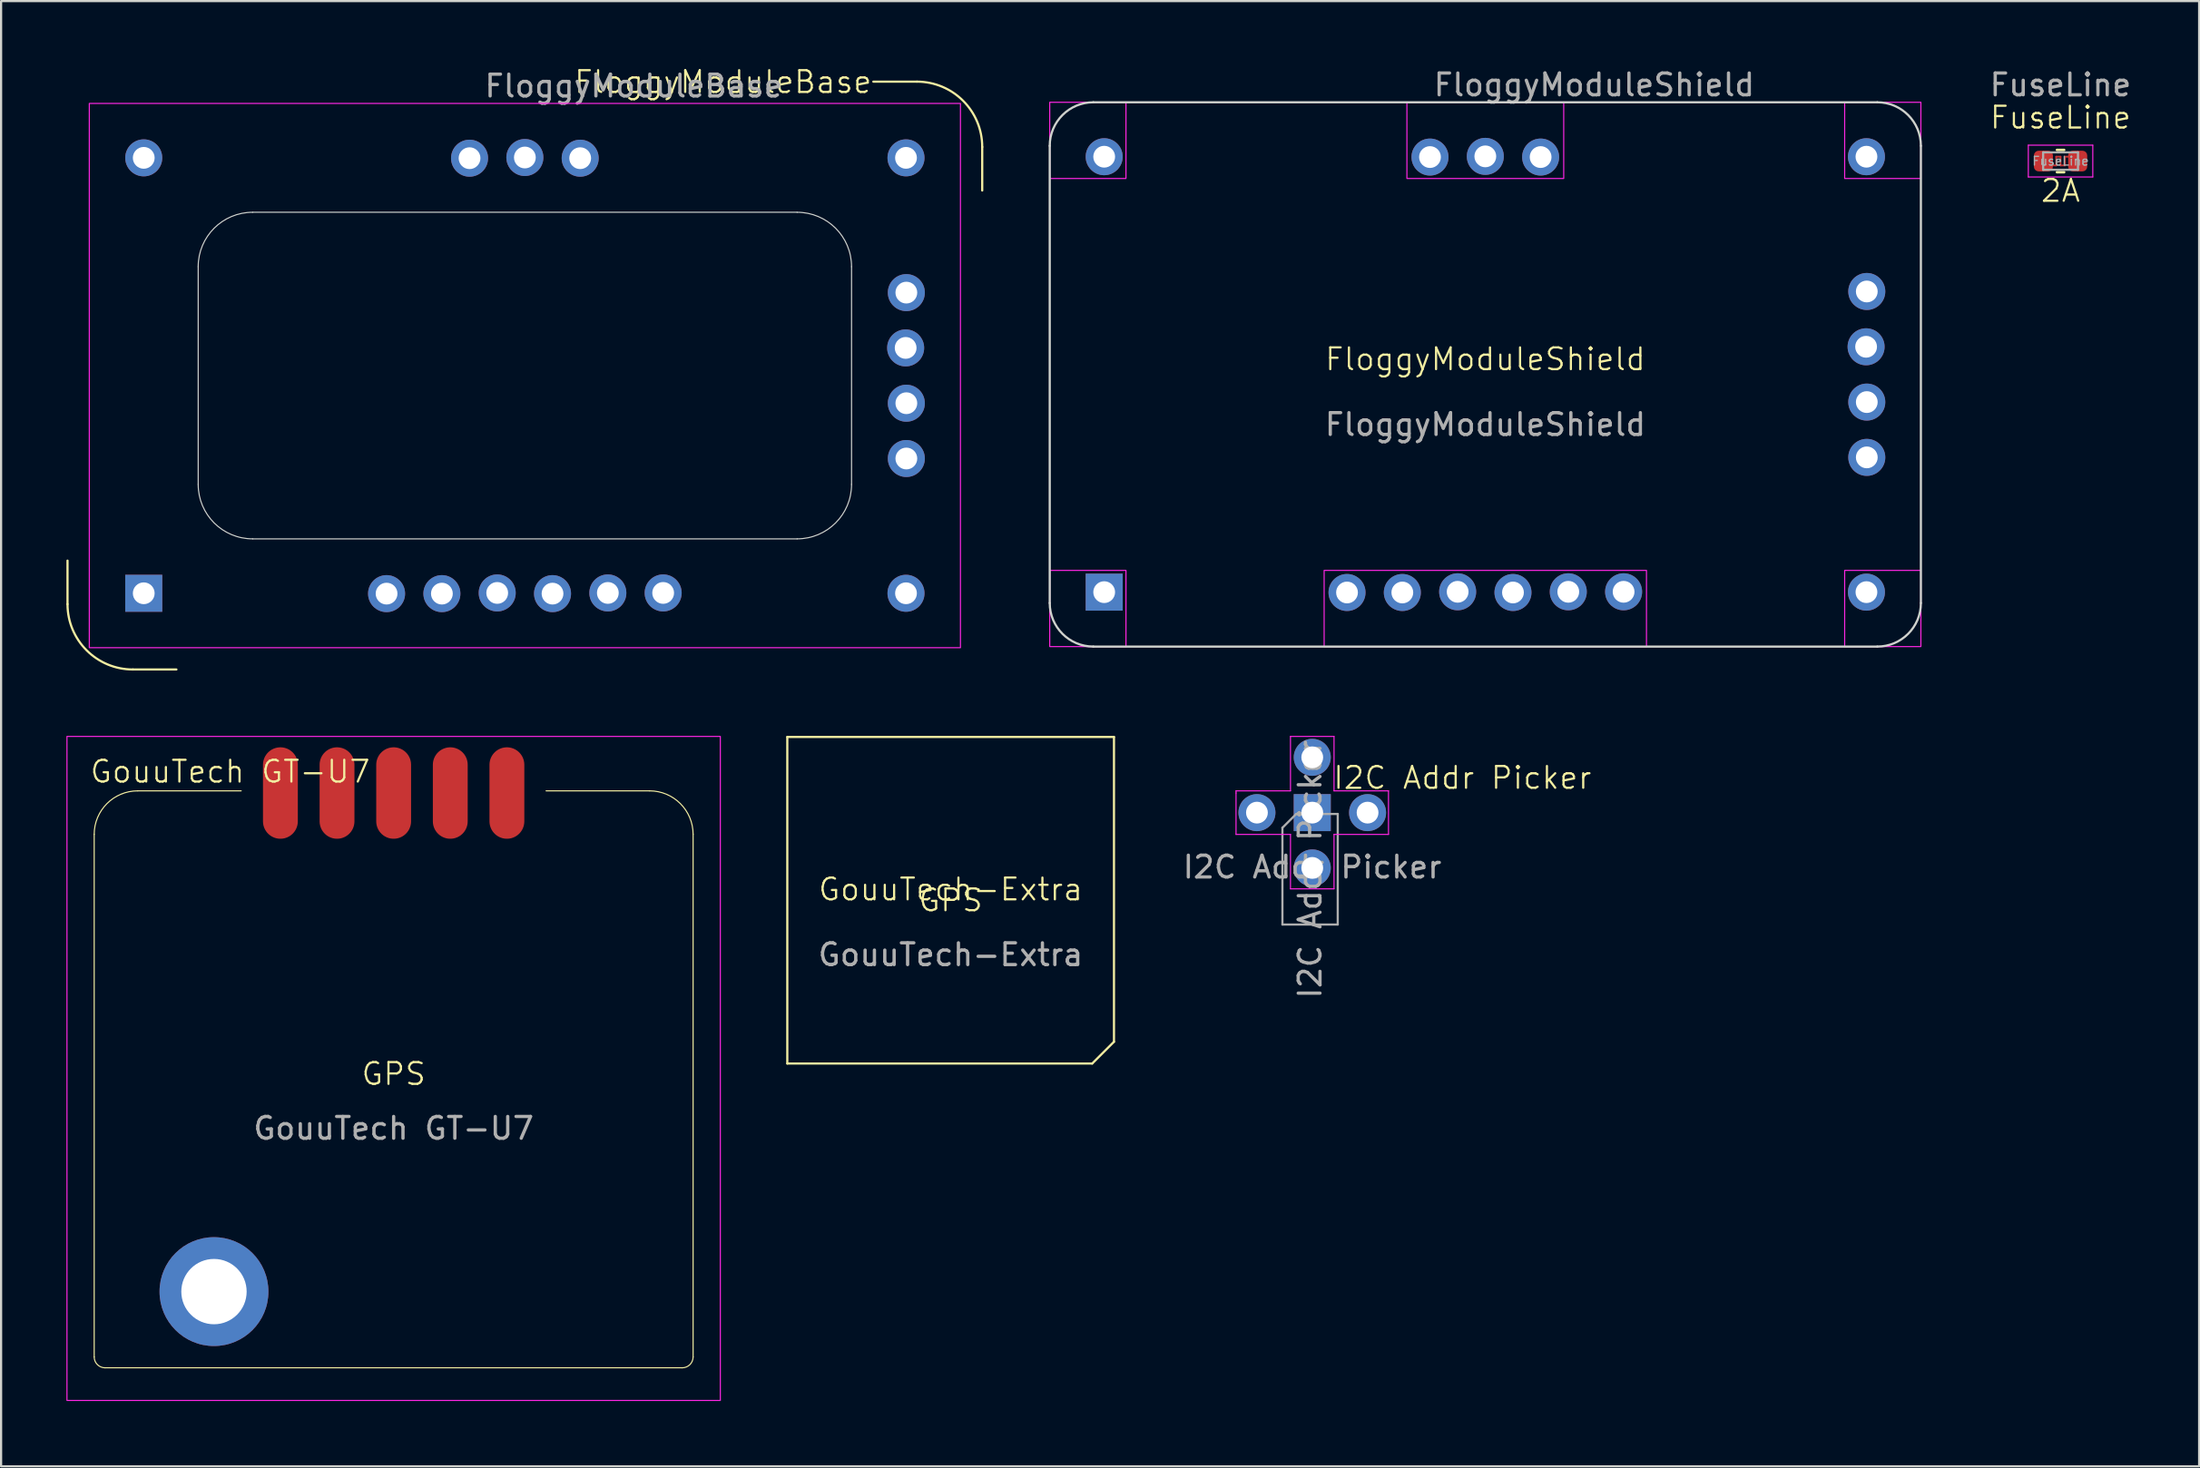
<source format=kicad_pcb>
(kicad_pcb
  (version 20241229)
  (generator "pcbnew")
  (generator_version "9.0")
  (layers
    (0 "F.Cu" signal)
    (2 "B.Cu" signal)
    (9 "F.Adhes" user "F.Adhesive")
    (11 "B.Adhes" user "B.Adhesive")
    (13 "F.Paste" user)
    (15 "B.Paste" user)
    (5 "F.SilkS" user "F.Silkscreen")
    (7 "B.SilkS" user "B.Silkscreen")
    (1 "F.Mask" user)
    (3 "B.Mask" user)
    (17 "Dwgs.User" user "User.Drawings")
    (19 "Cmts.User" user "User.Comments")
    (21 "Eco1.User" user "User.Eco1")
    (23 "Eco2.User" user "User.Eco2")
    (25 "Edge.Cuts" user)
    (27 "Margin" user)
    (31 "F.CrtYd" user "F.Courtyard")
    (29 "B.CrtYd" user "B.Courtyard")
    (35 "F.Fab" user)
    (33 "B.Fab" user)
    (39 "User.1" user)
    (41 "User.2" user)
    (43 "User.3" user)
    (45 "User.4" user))
  (footprint "FloggyModuleBase"
    (layer "F.Cu")
    (at 1.05 26.7)
    (property "Reference" "FloggyModuleBase" (at 36 -25.4 0) (unlocked yes) (layer "F.SilkS") (effects (font (size 1 1) (thickness 0.1)) (justify right bottom)))
    (attr smd)
    (fp_line (start -1 -2) (end -1 -4) (stroke (width 0.1) (type default)) (layer "F.SilkS"))
    (fp_line (start 2 1) (end 4 1) (stroke (width 0.1) (type default)) (layer "F.SilkS"))
    (fp_line (start 38 -26) (end 36 -26) (stroke (width 0.1) (type default)) (layer "F.SilkS"))
    (fp_line (start 41 -23) (end 41 -21) (stroke (width 0.1) (type default)) (layer "F.SilkS"))
    (fp_arc (start 2 1) (mid -0.12132 0.12132) (end -1 -2) (stroke (width 0.1) (type default)) (layer "F.SilkS"))
    (fp_arc (start 38 -26) (mid 40.12132 -25.12132) (end 41 -23) (stroke (width 0.1) (type default)) (layer "F.SilkS"))
    (fp_line (start 5 -7.5) (end 5 -17.5) (stroke (width 0.05) (type default)) (layer "Edge.Cuts"))
    (fp_line (start 7.5 -20) (end 32.5 -20) (stroke (width 0.05) (type default)) (layer "Edge.Cuts"))
    (fp_line (start 32.5 -5) (end 7.5 -5) (stroke (width 0.05) (type default)) (layer "Edge.Cuts"))
    (fp_line (start 35 -7.5) (end 35 -17.5) (stroke (width 0.05) (type default)) (layer "Edge.Cuts"))
    (fp_arc (start 5 -17.5) (mid 5.732233 -19.267767) (end 7.5 -20) (stroke (width 0.05) (type default)) (layer "Edge.Cuts"))
    (fp_arc (start 7.5 -5) (mid 5.732233 -5.732233) (end 5 -7.5) (stroke (width 0.05) (type default)) (layer "Edge.Cuts"))
    (fp_arc (start 32.5 -20) (mid 34.267767 -19.267767) (end 35 -17.5) (stroke (width 0.05) (type default)) (layer "Edge.Cuts"))
    (fp_arc (start 35 -7.5) (mid 34.267767 -5.732233) (end 32.5 -5) (stroke (width 0.05) (type default)) (layer "Edge.Cuts"))
    (fp_rect (start 0 -25) (end 40 0) (stroke (width 0.05) (type default)) (fill no) (layer "F.CrtYd"))
    (fp_line (start 0 -2) (end 0 -23) (stroke (width 0.1) (type default)) (layer "User.2"))
    (fp_line (start 2 -25) (end 38 -25) (stroke (width 0.1) (type default)) (layer "User.2"))
    (fp_line (start 2 0) (end 38 0) (stroke (width 0.1) (type default)) (layer "User.2"))
    (fp_line (start 40 -2) (end 40 -23) (stroke (width 0.1) (type default)) (layer "User.2"))
    (fp_arc (start 0 -23) (mid 0.585786 -24.414214) (end 2 -25) (stroke (width 0.1) (type default)) (layer "User.2"))
    (fp_arc (start 2 0) (mid 0.585786 -0.585786) (end 0 -2) (stroke (width 0.1) (type default)) (layer "User.2"))
    (fp_arc (start 38 -25) (mid 39.414214 -24.414214) (end 40 -23) (stroke (width 0.1) (type default)) (layer "User.2"))
    (fp_arc (start 40 -2) (mid 39.414214 -0.585786) (end 38 0) (stroke (width 0.1) (type default)) (layer "User.2"))
    (fp_text user "${REFERENCE}" (at 25 -25.8 0) (unlocked yes) (layer "F.Fab") (effects (font (size 1 1) (thickness 0.15))))
    (pad "1" thru_hole rect (at 2.5 -2.5) (size 1.7 1.7) (drill 1) (layers "*.Cu" "*.Mask"))
    (pad "2" thru_hole oval (at 13.65 -2.484 90) (size 1.7 1.7) (drill 1) (layers "*.Cu" "*.Mask"))
    (pad "3" thru_hole oval (at 16.19 -2.484 90) (size 1.7 1.7) (drill 1) (layers "*.Cu" "*.Mask"))
    (pad "4" thru_hole oval (at 18.73 -2.516 90) (size 1.7 1.7) (drill 1) (layers "*.Cu" "*.Mask"))
    (pad "5" thru_hole oval (at 21.27 -2.484 90) (size 1.7 1.7) (drill 1) (layers "*.Cu" "*.Mask"))
    (pad "6" thru_hole oval (at 23.81 -2.516 90) (size 1.7 1.7) (drill 1) (layers "*.Cu" "*.Mask"))
    (pad "7" thru_hole oval (at 26.35 -2.516 90) (size 1.7 1.7) (drill 1) (layers "*.Cu" "*.Mask"))
    (pad "8" thru_hole circle (at 37.5 -2.5) (size 1.7 1.7) (drill 1) (layers "*.Cu" "*.Mask"))
    (pad "9" thru_hole oval (at 37.516 -8.69 180) (size 1.7 1.7) (drill 1) (layers "*.Cu" "*.Mask"))
    (pad "10" thru_hole oval (at 37.516 -11.23 180) (size 1.7 1.7) (drill 1) (layers "*.Cu" "*.Mask"))
    (pad "11" thru_hole oval (at 37.484 -13.77 180) (size 1.7 1.7) (drill 1) (layers "*.Cu" "*.Mask"))
    (pad "12" thru_hole oval (at 37.516 -16.31 180) (size 1.7 1.7) (drill 1) (layers "*.Cu" "*.Mask"))
    (pad "13" thru_hole oval (at 37.5 -22.5) (size 1.7 1.7) (drill 1) (layers "*.Cu" "*.Mask"))
    (pad "14" thru_hole oval (at 22.54 -22.484 90) (size 1.7 1.7) (drill 1) (layers "*.Cu" "*.Mask"))
    (pad "15" thru_hole oval (at 20 -22.516 90) (size 1.7 1.7) (drill 1) (layers "*.Cu" "*.Mask"))
    (pad "16" thru_hole oval (at 17.46 -22.484 90) (size 1.7 1.7) (drill 1) (layers "*.Cu" "*.Mask"))
    (pad "17" thru_hole circle (at 2.5 -22.5) (size 1.7 1.7) (drill 1) (layers "*.Cu" "*.Mask")))
  (footprint "GouuTech GT-U7"
    (layer "F.Cu")
    (at 15.025 46.275)
    (property "Reference" "GouuTech GT-U7" (at -14 -13.3 0) (unlocked yes) (layer "F.SilkS") (effects (font (size 1 1) (thickness 0.1)) (justify left bottom)))
    (attr smd)
    (fp_line (start -13.75 -11) (end -13.75 13) (stroke (width 0.05) (type default)) (layer "F.SilkS"))
    (fp_line (start -13.25 13.5) (end 13.25 13.5) (stroke (width 0.05) (type default)) (layer "F.SilkS"))
    (fp_line (start -7 -13) (end -11.75 -13) (stroke (width 0.05) (type default)) (layer "F.SilkS"))
    (fp_line (start 11.75 -13) (end 7 -13) (stroke (width 0.05) (type default)) (layer "F.SilkS"))
    (fp_line (start 13.75 -11) (end 13.75 13) (stroke (width 0.05) (type default)) (layer "F.SilkS"))
    (fp_arc (start -13.75 -11) (mid -13.164214 -12.414214) (end -11.75 -13) (stroke (width 0.05) (type default)) (layer "F.SilkS"))
    (fp_arc (start -13.25 13.5) (mid -13.603553 13.353553) (end -13.75 13) (stroke (width 0.05) (type default)) (layer "F.SilkS"))
    (fp_arc (start 11.75 -13) (mid 13.164214 -12.414214) (end 13.75 -11) (stroke (width 0.05) (type default)) (layer "F.SilkS"))
    (fp_arc (start 13.75 13) (mid 13.603553 13.353553) (end 13.25 13.5) (stroke (width 0.05) (type default)) (layer "F.SilkS"))
    (fp_rect (start -15 -15.5) (end 15 15) (stroke (width 0.05) (type default)) (fill no) (layer "F.CrtYd"))
    (fp_text user "GPS" (at 0 0 0) (unlocked yes) (layer "F.SilkS") (effects (font (size 1 1) (thickness 0.1))))
    (fp_text user "${REFERENCE}" (at 0 2.5 0) (unlocked yes) (layer "F.Fab") (effects (font (size 1 1) (thickness 0.15))))
    (pad "1" smd oval (at -5.2 -12.9 90) (size 4.2 1.6) (layers "F.Cu" "F.Mask" "F.Paste"))
    (pad "2" smd oval (at -2.6 -12.9 90) (size 4.2 1.6) (layers "F.Cu" "F.Mask" "F.Paste"))
    (pad "3" smd oval (at 0 -12.9 90) (size 4.2 1.6) (layers "F.Cu" "F.Mask" "F.Paste"))
    (pad "4" smd oval (at 2.6 -12.9 90) (size 4.2 1.6) (layers "F.Cu" "F.Mask" "F.Paste"))
    (pad "5" smd oval (at 5.2 -12.9 90) (size 4.2 1.6) (layers "F.Cu" "F.Mask" "F.Paste"))
    (pad "6" thru_hole circle (at -8.25 10 90) (size 5 5) (drill 3) (layers "*.Cu" "*.Mask")))
  (footprint "GouuTech-Extra"
    (layer "F.Cu")
    (at 40.6 38.3)
    (property "Reference" "GouuTech-Extra" (at 0 -0.5 0) (unlocked yes) (layer "F.SilkS") (effects (font (size 1 1) (thickness 0.1))))
    (attr smd)
    (fp_line (start -7.5 -7.5) (end -7.5 7.5) (stroke (width 0.1) (type default)) (layer "F.SilkS"))
    (fp_line (start -7.5 -7.5) (end 7.5 -7.5) (stroke (width 0.1) (type default)) (layer "F.SilkS"))
    (fp_line (start 6.5 7.5) (end -7.5 7.5) (stroke (width 0.1) (type default)) (layer "F.SilkS"))
    (fp_line (start 7.5 -7.5) (end 7.5 6.5) (stroke (width 0.1) (type default)) (layer "F.SilkS"))
    (fp_line (start 7.5 6.5) (end 6.5 7.5) (stroke (width 0.1) (type default)) (layer "F.SilkS"))
    (fp_text user "GPS" (at 0 0 0) (unlocked yes) (layer "F.SilkS") (effects (font (size 1 1) (thickness 0.1))))
    (fp_text user "${REFERENCE}" (at 0 2.5 0) (unlocked yes) (layer "F.Fab") (effects (font (size 1 1) (thickness 0.15)))))
  (footprint "FuseLine"
    (layer "F.Cu")
    (at 91.563 4.348)
    (property "Reference" "FuseLine" (at 0 -2 0) (unlocked yes) (layer "F.SilkS") (effects (font (size 1 1) (thickness 0.1))))
    (attr smd)
    (fp_line (start -0.787 0.2) (end -0.787 0) (stroke (width 0.2) (type default)) (layer "F.Cu"))
    (fp_line (start -0.787 0.2) (end -0.2 0.2) (stroke (width 0.08) (type default)) (layer "F.Cu"))
    (fp_line (start -0.2 -0.2) (end 0 -0.2) (stroke (width 0.08) (type default)) (layer "F.Cu"))
    (fp_line (start -0.2 0.2) (end -0.2 -0.2) (stroke (width 0.08) (type default)) (layer "F.Cu"))
    (fp_line (start 0 -0.2) (end 0 0.2) (stroke (width 0.08) (type default)) (layer "F.Cu"))
    (fp_line (start 0 0.2) (end 0.2 0.2) (stroke (width 0.08) (type default)) (layer "F.Cu"))
    (fp_line (start 0.2 -0.2) (end 0.2 0.2) (stroke (width 0.08) (type default)) (layer "F.Cu"))
    (fp_line (start 0.2 -0.2) (end 0.787 -0.2) (stroke (width 0.08) (type default)) (layer "F.Cu"))
    (fp_line (start 0.787 -0.2) (end 0.787 0) (stroke (width 0.2) (type default)) (layer "F.Cu"))
    (fp_line (start -0.163 -0.51) (end 0.163 -0.51) (stroke (width 0.12) (type solid)) (layer "F.SilkS"))
    (fp_line (start -0.163 0.51) (end 0.163 0.51) (stroke (width 0.12) (type solid)) (layer "F.SilkS"))
    (fp_line (start -1.48 -0.73) (end 1.48 -0.73) (stroke (width 0.05) (type solid)) (layer "F.CrtYd"))
    (fp_line (start -1.48 0.73) (end -1.48 -0.73) (stroke (width 0.05) (type solid)) (layer "F.CrtYd"))
    (fp_line (start 1.48 -0.73) (end 1.48 0.73) (stroke (width 0.05) (type solid)) (layer "F.CrtYd"))
    (fp_line (start 1.48 0.73) (end -1.48 0.73) (stroke (width 0.05) (type solid)) (layer "F.CrtYd"))
    (fp_line (start -0.8 -0.4) (end 0.8 -0.4) (stroke (width 0.1) (type solid)) (layer "F.Fab"))
    (fp_line (start -0.8 0.4) (end -0.8 -0.4) (stroke (width 0.1) (type solid)) (layer "F.Fab"))
    (fp_line (start 0.8 -0.4) (end 0.8 0.4) (stroke (width 0.1) (type solid)) (layer "F.Fab"))
    (fp_line (start 0.8 0.4) (end -0.8 0.4) (stroke (width 0.1) (type solid)) (layer "F.Fab"))
    (fp_text user "2A" (at 0 1.95 0) (unlocked yes) (layer "F.SilkS") (effects (font (size 1 1) (thickness 0.1)) (justify bottom)))
    (fp_text user "${REFERENCE}" (at 0 -3.5 0) (unlocked yes) (layer "F.Fab") (effects (font (size 1 1) (thickness 0.15))))
    (fp_text user "${REFERENCE}" (at 0 0 0) (layer "F.Fab") (effects (font (size 0.4 0.4) (thickness 0.06))))
    (pad "1" smd roundrect (at -0.787 0) (size 0.875 0.95) (layers "F.Cu" "F.Mask" "F.Paste") (roundrect_rratio 0.25))
    (pad "2" smd roundrect (at 0.787 0) (size 0.875 0.95) (layers "F.Cu" "F.Mask" "F.Paste") (roundrect_rratio 0.25)))
  (footprint "I2C Addr Picker"
    (layer "F.Cu")
    (at 57.204 34.275)
    (property "Reference" "I2C Addr Picker" (at 0.9 -1.6 0) (unlocked yes) (layer "F.SilkS") (effects (font (size 1 1) (thickness 0.1)) (justify left)))
    (attr smd)
    (fp_line (start -3.5 -1) (end -1 -1) (stroke (width 0.05) (type default)) (layer "F.CrtYd"))
    (fp_line (start -3.5 -0.9) (end -3.5 -1) (stroke (width 0.05) (type default)) (layer "F.CrtYd"))
    (fp_line (start -3.5 1) (end -3.5 -0.9) (stroke (width 0.05) (type default)) (layer "F.CrtYd"))
    (fp_line (start -1 -3.5) (end 1 -3.5) (stroke (width 0.05) (type default)) (layer "F.CrtYd"))
    (fp_line (start -1 -1) (end -1 -3.5) (stroke (width 0.05) (type default)) (layer "F.CrtYd"))
    (fp_line (start -1 1) (end -3.5 1) (stroke (width 0.05) (type default)) (layer "F.CrtYd"))
    (fp_line (start -1 3.5) (end -1 1) (stroke (width 0.05) (type default)) (layer "F.CrtYd"))
    (fp_line (start 1 -3.5) (end 1 -1) (stroke (width 0.05) (type default)) (layer "F.CrtYd"))
    (fp_line (start 1 -1) (end 3.5 -1) (stroke (width 0.05) (type default)) (layer "F.CrtYd"))
    (fp_line (start 1 1) (end 1 3.5) (stroke (width 0.05) (type default)) (layer "F.CrtYd"))
    (fp_line (start 1 3.5) (end -1 3.5) (stroke (width 0.05) (type default)) (layer "F.CrtYd"))
    (fp_line (start 3.5 -1) (end 3.5 1) (stroke (width 0.05) (type default)) (layer "F.CrtYd"))
    (fp_line (start 3.5 1) (end 1 1) (stroke (width 0.05) (type default)) (layer "F.CrtYd"))
    (fp_line (start -1.37 0.695) (end -0.735 0.06) (stroke (width 0.1) (type solid)) (layer "F.Fab"))
    (fp_line (start -1.37 5.14) (end -1.37 0.695) (stroke (width 0.1) (type solid)) (layer "F.Fab"))
    (fp_line (start -0.735 0.06) (end 1.17 0.06) (stroke (width 0.1) (type solid)) (layer "F.Fab"))
    (fp_line (start 1.17 0.06) (end 1.17 5.14) (stroke (width 0.1) (type solid)) (layer "F.Fab"))
    (fp_line (start 1.17 5.14) (end -1.37 5.14) (stroke (width 0.1) (type solid)) (layer "F.Fab"))
    (fp_text user "${REFERENCE}" (at -0.1 2.6 90) (layer "F.Fab") (effects (font (size 1 1) (thickness 0.15))))
    (fp_text user "${REFERENCE}" (at 0 2.5 0) (unlocked yes) (layer "F.Fab") (effects (font (size 1 1) (thickness 0.15))))
    (pad "1" thru_hole rect (at 0 0) (size 1.7 1.7) (drill 1) (layers "*.Cu" "*.Mask"))
    (pad "2" thru_hole oval (at -2.54 0) (size 1.7 1.7) (drill 1) (layers "*.Cu" "*.Mask"))
    (pad "3" thru_hole oval (at 0 -2.54) (size 1.7 1.7) (drill 1) (layers "*.Cu" "*.Mask"))
    (pad "4" thru_hole oval (at 2.54 0) (size 1.7 1.7) (drill 1) (layers "*.Cu" "*.Mask"))
    (pad "5" thru_hole oval (at 0 2.54) (size 1.7 1.7) (drill 1) (layers "*.Cu" "*.Mask")))
  (footprint "FloggyModuleShield"
    (layer "F.Cu")
    (at 65.15 13.948)
    (property "Reference" "FloggyModuleShield" (at 0 -0.5 0) (unlocked yes) (layer "F.SilkS") (effects (font (size 1 1) (thickness 0.1))))
    (attr smd)
    (fp_line (start -20 10.7) (end -20 -10.3) (stroke (width 0.1) (type default)) (layer "Edge.Cuts"))
    (fp_line (start -18 -12.3) (end 18 -12.3) (stroke (width 0.1) (type default)) (layer "Edge.Cuts"))
    (fp_line (start -18 12.7) (end 18 12.7) (stroke (width 0.1) (type default)) (layer "Edge.Cuts"))
    (fp_line (start 20 10.7) (end 20 -10.3) (stroke (width 0.1) (type default)) (layer "Edge.Cuts"))
    (fp_arc (start -20 -10.3) (mid -19.414214 -11.714214) (end -18 -12.3) (stroke (width 0.1) (type default)) (layer "Edge.Cuts"))
    (fp_arc (start -18 12.7) (mid -19.414214 12.114214) (end -20 10.7) (stroke (width 0.1) (type default)) (layer "Edge.Cuts"))
    (fp_arc (start 18 -12.3) (mid 19.414214 -11.714214) (end 20 -10.3) (stroke (width 0.1) (type default)) (layer "Edge.Cuts"))
    (fp_arc (start 20 10.7) (mid 19.414214 12.114214) (end 18 12.7) (stroke (width 0.1) (type default)) (layer "Edge.Cuts"))
    (fp_rect (start -20 -12.3) (end -16.5 -8.8) (stroke (width 0.05) (type default)) (fill no) (layer "F.CrtYd"))
    (fp_rect (start -20 9.2) (end -16.5 12.7) (stroke (width 0.05) (type default)) (fill no) (layer "F.CrtYd"))
    (fp_rect (start -7.4 9.2) (end 7.4 12.7) (stroke (width 0.05) (type default)) (fill no) (layer "F.CrtYd"))
    (fp_rect (start -3.6 -12.3) (end 3.6 -8.8) (stroke (width 0.05) (type default)) (fill no) (layer "F.CrtYd"))
    (fp_rect (start 16.5 -12.3) (end 20 -8.8) (stroke (width 0.05) (type default)) (fill no) (layer "F.CrtYd"))
    (fp_rect (start 16.5 9.2) (end 20 12.7) (stroke (width 0.05) (type default)) (fill no) (layer "F.CrtYd"))
    (fp_text user "${REFERENCE}" (at 0 2.5 0) (unlocked yes) (layer "F.Fab") (effects (font (size 1 1) (thickness 0.15))))
    (fp_text user "${REFERENCE}" (at 5 -13.1 0) (unlocked yes) (layer "F.Fab") (effects (font (size 1 1) (thickness 0.15))))
    (pad "1" thru_hole rect (at -17.5 10.2) (size 1.7 1.7) (drill 1) (layers "*.Cu" "*.Mask"))
    (pad "2" thru_hole oval (at -6.35 10.216 90) (size 1.7 1.7) (drill 1) (layers "*.Cu" "*.Mask"))
    (pad "3" thru_hole oval (at -3.81 10.216 90) (size 1.7 1.7) (drill 1) (layers "*.Cu" "*.Mask"))
    (pad "4" thru_hole oval (at -1.27 10.184 90) (size 1.7 1.7) (drill 1) (layers "*.Cu" "*.Mask"))
    (pad "5" thru_hole oval (at 1.27 10.216 90) (size 1.7 1.7) (drill 1) (layers "*.Cu" "*.Mask"))
    (pad "6" thru_hole oval (at 3.81 10.184 90) (size 1.7 1.7) (drill 1) (layers "*.Cu" "*.Mask"))
    (pad "7" thru_hole oval (at 6.35 10.184 90) (size 1.7 1.7) (drill 1) (layers "*.Cu" "*.Mask"))
    (pad "8" thru_hole circle (at 17.5 10.2) (size 1.7 1.7) (drill 1) (layers "*.Cu" "*.Mask"))
    (pad "9" thru_hole oval (at 17.516 4.01 180) (size 1.7 1.7) (drill 1) (layers "*.Cu" "*.Mask"))
    (pad "10" thru_hole oval (at 17.516 1.47 180) (size 1.7 1.7) (drill 1) (layers "*.Cu" "*.Mask"))
    (pad "11" thru_hole oval (at 17.484 -1.07 180) (size 1.7 1.7) (drill 1) (layers "*.Cu" "*.Mask"))
    (pad "12" thru_hole oval (at 17.516 -3.61 180) (size 1.7 1.7) (drill 1) (layers "*.Cu" "*.Mask"))
    (pad "13" thru_hole oval (at 17.5 -9.8) (size 1.7 1.7) (drill 1) (layers "*.Cu" "*.Mask"))
    (pad "14" thru_hole oval (at 2.54 -9.784 90) (size 1.7 1.7) (drill 1) (layers "*.Cu" "*.Mask"))
    (pad "15" thru_hole oval (at 0 -9.816 90) (size 1.7 1.7) (drill 1) (layers "*.Cu" "*.Mask"))
    (pad "16" thru_hole oval (at -2.54 -9.784 90) (size 1.7 1.7) (drill 1) (layers "*.Cu" "*.Mask"))
    (pad "17" thru_hole circle (at -17.5 -9.8) (size 1.7 1.7) (drill 1) (layers "*.Cu" "*.Mask")))
  (gr_rect
    (start -3 -3)
    (end 97.926 64.3)
    (stroke (width 0.1) (type default))
    (fill no)
    (layer "Edge.Cuts")))
</source>
